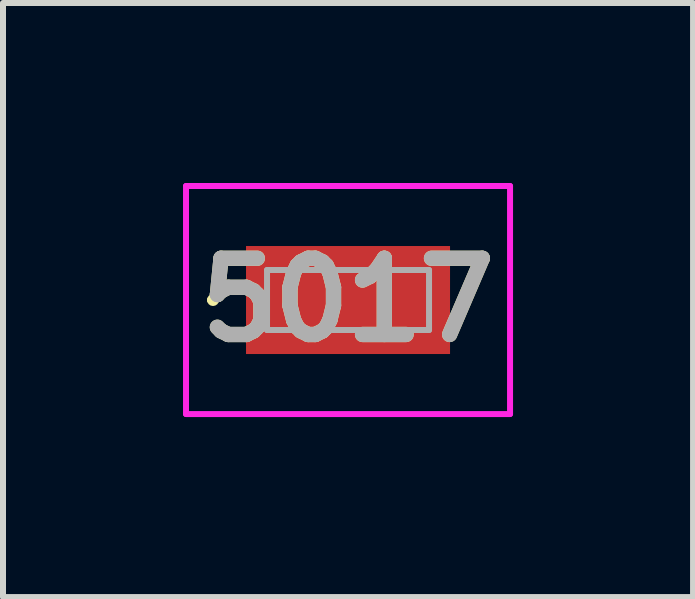
<source format=kicad_pcb>
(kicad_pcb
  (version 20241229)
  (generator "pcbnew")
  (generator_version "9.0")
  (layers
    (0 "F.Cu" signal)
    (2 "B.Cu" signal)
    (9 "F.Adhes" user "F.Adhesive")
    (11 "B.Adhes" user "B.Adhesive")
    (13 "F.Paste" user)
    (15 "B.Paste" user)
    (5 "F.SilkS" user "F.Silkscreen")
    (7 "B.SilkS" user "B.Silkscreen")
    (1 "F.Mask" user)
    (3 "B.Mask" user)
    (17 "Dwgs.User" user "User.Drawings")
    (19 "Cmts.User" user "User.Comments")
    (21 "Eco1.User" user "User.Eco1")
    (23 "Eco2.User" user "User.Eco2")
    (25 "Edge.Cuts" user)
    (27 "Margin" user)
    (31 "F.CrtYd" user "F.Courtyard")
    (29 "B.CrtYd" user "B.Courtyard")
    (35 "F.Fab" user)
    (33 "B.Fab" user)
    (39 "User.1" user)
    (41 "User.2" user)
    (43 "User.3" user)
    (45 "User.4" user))
  (footprint "5017"
    (layer "F.Cu")
    (at 2.75 1.95)
    (property "Reference" "5017" (at 0 0 0) (layer "F.SilkS") (effects (font (size 1.27 1.27) (thickness 0.254))))
    (attr smd)
    (fp_line (start -2.3 0) (end -2.3 0) (stroke (width 0.1) (type solid)) (layer "F.SilkS"))
    (fp_line (start -2.2 0) (end -2.2 0) (stroke (width 0.1) (type solid)) (layer "F.SilkS"))
    (fp_arc (start -2.3 0) (mid -2.25 -0.05) (end -2.2 0) (stroke (width 0.1) (type solid)) (layer "F.SilkS"))
    (fp_arc (start -2.2 0) (mid -2.25 0.05) (end -2.3 0) (stroke (width 0.1) (type solid)) (layer "F.SilkS"))
    (fp_line (start -2.7 -1.9) (end 2.7 -1.9) (stroke (width 0.1) (type solid)) (layer "F.CrtYd"))
    (fp_line (start -2.7 1.9) (end -2.7 -1.9) (stroke (width 0.1) (type solid)) (layer "F.CrtYd"))
    (fp_line (start 2.7 -1.9) (end 2.7 1.9) (stroke (width 0.1) (type solid)) (layer "F.CrtYd"))
    (fp_line (start 2.7 1.9) (end -2.7 1.9) (stroke (width 0.1) (type solid)) (layer "F.CrtYd"))
    (fp_line (start -1.35 -0.5) (end 1.35 -0.5) (stroke (width 0.1) (type solid)) (layer "F.Fab"))
    (fp_line (start -1.35 0.5) (end -1.35 -0.5) (stroke (width 0.1) (type solid)) (layer "F.Fab"))
    (fp_line (start 1.35 -0.5) (end 1.35 0.5) (stroke (width 0.1) (type solid)) (layer "F.Fab"))
    (fp_line (start 1.35 0.5) (end -1.35 0.5) (stroke (width 0.1) (type solid)) (layer "F.Fab"))
    (fp_text user "${REFERENCE}" (at 0 0 0) (layer "F.Fab") (effects (font (size 1.27 1.27) (thickness 0.254))))
    (pad "1" smd rect (at 0 0 90) (size 1.8 3.4) (layers "F.Cu" "F.Mask" "F.Paste")))
  (gr_rect
    (start -3 -3)
    (end 8.5 6.9)
    (stroke (width 0.1) (type default))
    (fill no)
    (layer "Edge.Cuts")))
</source>
